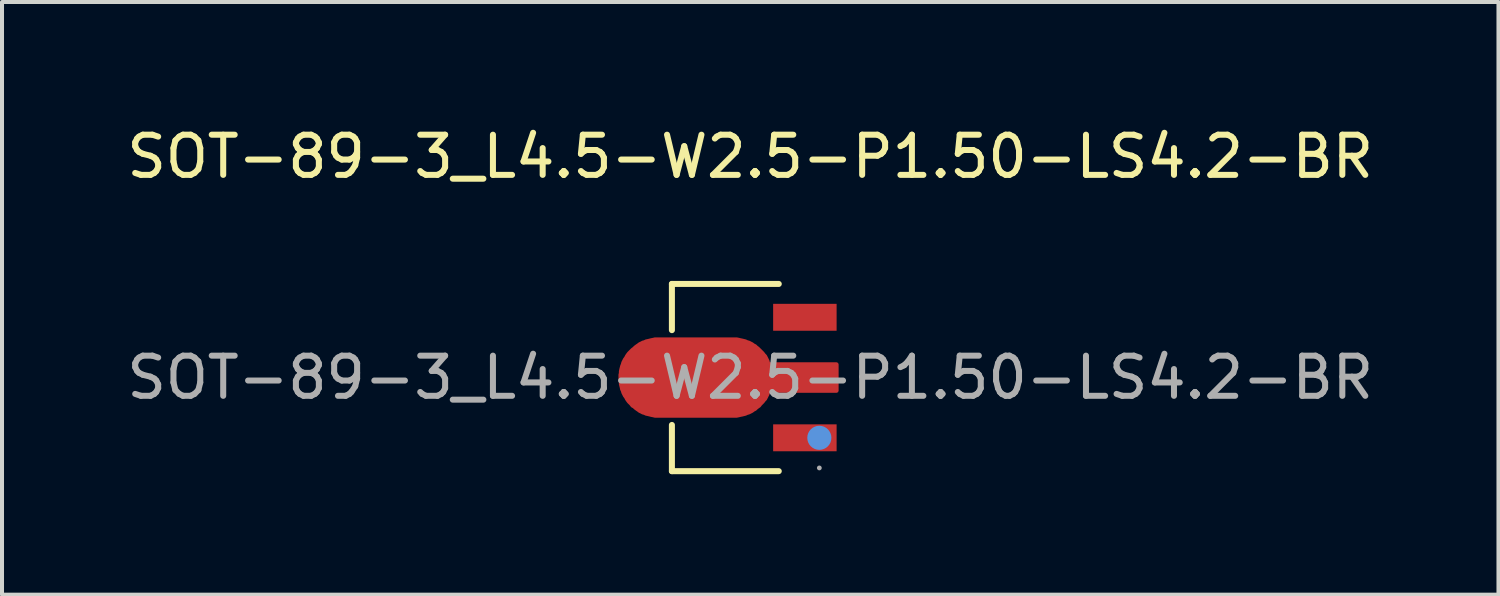
<source format=kicad_pcb>
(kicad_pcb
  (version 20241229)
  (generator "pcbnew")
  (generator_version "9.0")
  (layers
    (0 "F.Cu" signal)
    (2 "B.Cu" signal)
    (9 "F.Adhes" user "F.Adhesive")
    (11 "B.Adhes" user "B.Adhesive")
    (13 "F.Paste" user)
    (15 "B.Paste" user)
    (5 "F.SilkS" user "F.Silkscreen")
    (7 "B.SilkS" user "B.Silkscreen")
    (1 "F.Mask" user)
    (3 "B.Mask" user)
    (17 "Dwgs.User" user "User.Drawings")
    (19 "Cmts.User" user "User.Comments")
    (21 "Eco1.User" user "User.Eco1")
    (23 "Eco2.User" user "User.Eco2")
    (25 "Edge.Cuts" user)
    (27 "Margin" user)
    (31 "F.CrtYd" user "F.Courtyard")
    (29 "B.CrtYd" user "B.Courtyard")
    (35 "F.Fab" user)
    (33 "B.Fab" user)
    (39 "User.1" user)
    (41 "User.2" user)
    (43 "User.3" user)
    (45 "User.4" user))
  (footprint "SOT-89-3_L4.5-W2.5-P1.50-LS4.2-BR"
    (layer "F.Cu")
    (at 15.625 6.348)
    (property "Reference" "SOT-89-3_L4.5-W2.5-P1.50-LS4.2-BR" (at 0 -5.5 0) (layer "F.SilkS") (effects (font (size 1 1) (thickness 0.15))))
    (attr through_hole)
    (fp_line (start -1.95 -2.33) (end -1.95 -1.18) (stroke (width 0.15) (type solid)) (layer "F.SilkS"))
    (fp_line (start -1.95 2.33) (end -1.95 1.18) (stroke (width 0.15) (type solid)) (layer "F.SilkS"))
    (fp_line (start 0.71 -2.33) (end -1.95 -2.33) (stroke (width 0.15) (type solid)) (layer "F.SilkS"))
    (fp_line (start 0.71 2.33) (end -1.95 2.33) (stroke (width 0.15) (type solid)) (layer "F.SilkS"))
    (fp_circle (center 1.72 1.5) (end 1.87 1.5) (stroke (width 0.3) (type solid)) (fill no) (layer "Cmts.User"))
    (fp_circle (center 1.72 2.25) (end 1.75 2.25) (stroke (width 0.06) (type solid)) (fill no) (layer "F.Fab"))
    (fp_text user "${REFERENCE}" (at 0 0 0) (layer "F.Fab") (effects (font (size 1 1) (thickness 0.15))))
    (pad "1" smd rect (at 1.36 1.5) (size 1.58 0.67) (layers "F.Cu" "F.Mask" "F.Paste"))
    (pad "2" smd custom (at -1.36 0) (size 0.01 0.01) (layers "F.Cu" "F.Mask" "F.Paste") (options (anchor circle)) (primitives (gr_poly (pts (xy -0.92 -0.95) (xy 0.93 -0.95) (xy 0.98 -0.95) (xy 1.02 -0.95) (xy 1.07 -0.94) (xy 1.11 -0.93) (xy 1.16 -0.92) (xy 1.2 -0.91) (xy 1.24 -0.9) (xy 1.28 -0.88) (xy 1.32 -0.87) (xy 1.36 -0.85) (xy 1.4 -0.83) (xy 1.44 -0.8) (xy 1.48 -0.78) (xy 1.51 -0.75) (xy 1.55 -0.72) (xy 1.58 -0.69) (xy 1.61 -0.66) (xy 1.64 -0.63) (xy 1.67 -0.6) (xy 1.7 -0.56) (xy 1.73 -0.53) (xy 1.75 -0.49) (xy 1.77 -0.45) (xy 1.79 -0.41) (xy 1.81 -0.33) (xy 3.51 -0.33) (xy 3.51 0.33) (xy 1.81 0.33) (xy 1.79 0.41) (xy 1.77 0.45) (xy 1.75 0.49) (xy 1.73 0.53) (xy 1.7 0.56) (xy 1.67 0.6) (xy 1.64 0.63) (xy 1.61 0.66) (xy 1.58 0.7) (xy 1.55 0.72) (xy 1.51 0.75) (xy 1.48 0.78) (xy 1.44 0.8) (xy 1.4 0.83) (xy 1.36 0.85) (xy 1.32 0.87) (xy 1.28 0.88) (xy 1.24 0.9) (xy 1.2 0.91) (xy 1.16 0.92) (xy 1.11 0.93) (xy 1.07 0.94) (xy 1.02 0.95) (xy 0.98 0.95) (xy 0.93 0.95) (xy -0.92 0.95) (xy -0.96 0.95) (xy -1.01 0.95) (xy -1.05 0.94) (xy -1.1 0.93) (xy -1.14 0.92) (xy -1.18 0.91) (xy -1.23 0.9) (xy -1.27 0.88) (xy -1.31 0.87) (xy -1.35 0.85) (xy -1.39 0.83) (xy -1.43 0.8) (xy -1.46 0.78) (xy -1.5 0.75) (xy -1.53 0.72) (xy -1.57 0.7) (xy -1.6 0.66) (xy -1.63 0.63) (xy -1.66 0.6) (xy -1.69 0.56) (xy -1.71 0.53) (xy -1.73 0.49) (xy -1.76 0.45) (xy -1.78 0.41) (xy -1.8 0.37) (xy -1.81 0.33) (xy -1.83 0.29) (xy -1.84 0.24) (xy -1.85 0.2) (xy -1.86 0.16) (xy -1.86 0.11) (xy -1.87 0.07) (xy -1.87 0.02) (xy -1.87 -0.02) (xy -1.87 -0.07) (xy -1.86 -0.11) (xy -1.86 -0.15) (xy -1.85 -0.2) (xy -1.84 -0.24) (xy -1.83 -0.28) (xy -1.81 -0.33) (xy -1.8 -0.37) (xy -1.78 -0.41) (xy -1.76 -0.45) (xy -1.73 -0.49) (xy -1.71 -0.53) (xy -1.69 -0.56) (xy -1.66 -0.6) (xy -1.63 -0.63) (xy -1.6 -0.66) (xy -1.57 -0.69) (xy -1.53 -0.72) (xy -1.5 -0.75) (xy -1.46 -0.78) (xy -1.43 -0.8) (xy -1.39 -0.83) (xy -1.35 -0.85) (xy -1.31 -0.87) (xy -1.27 -0.88) (xy -1.23 -0.9) (xy -1.18 -0.91) (xy -1.14 -0.92) (xy -1.1 -0.93) (xy -1.05 -0.94) (xy -1.01 -0.95) (xy -0.96 -0.95) (xy -0.92 -0.95)) (width 0.1) (fill yes))))
    (pad "3" smd rect (at 1.36 -1.5) (size 1.58 0.67) (layers "F.Cu" "F.Mask" "F.Paste")))
  (gr_rect
    (start -3 -3)
    (end 34.25 11.753)
    (stroke (width 0.1) (type default))
    (fill no)
    (layer "Edge.Cuts")))
</source>
